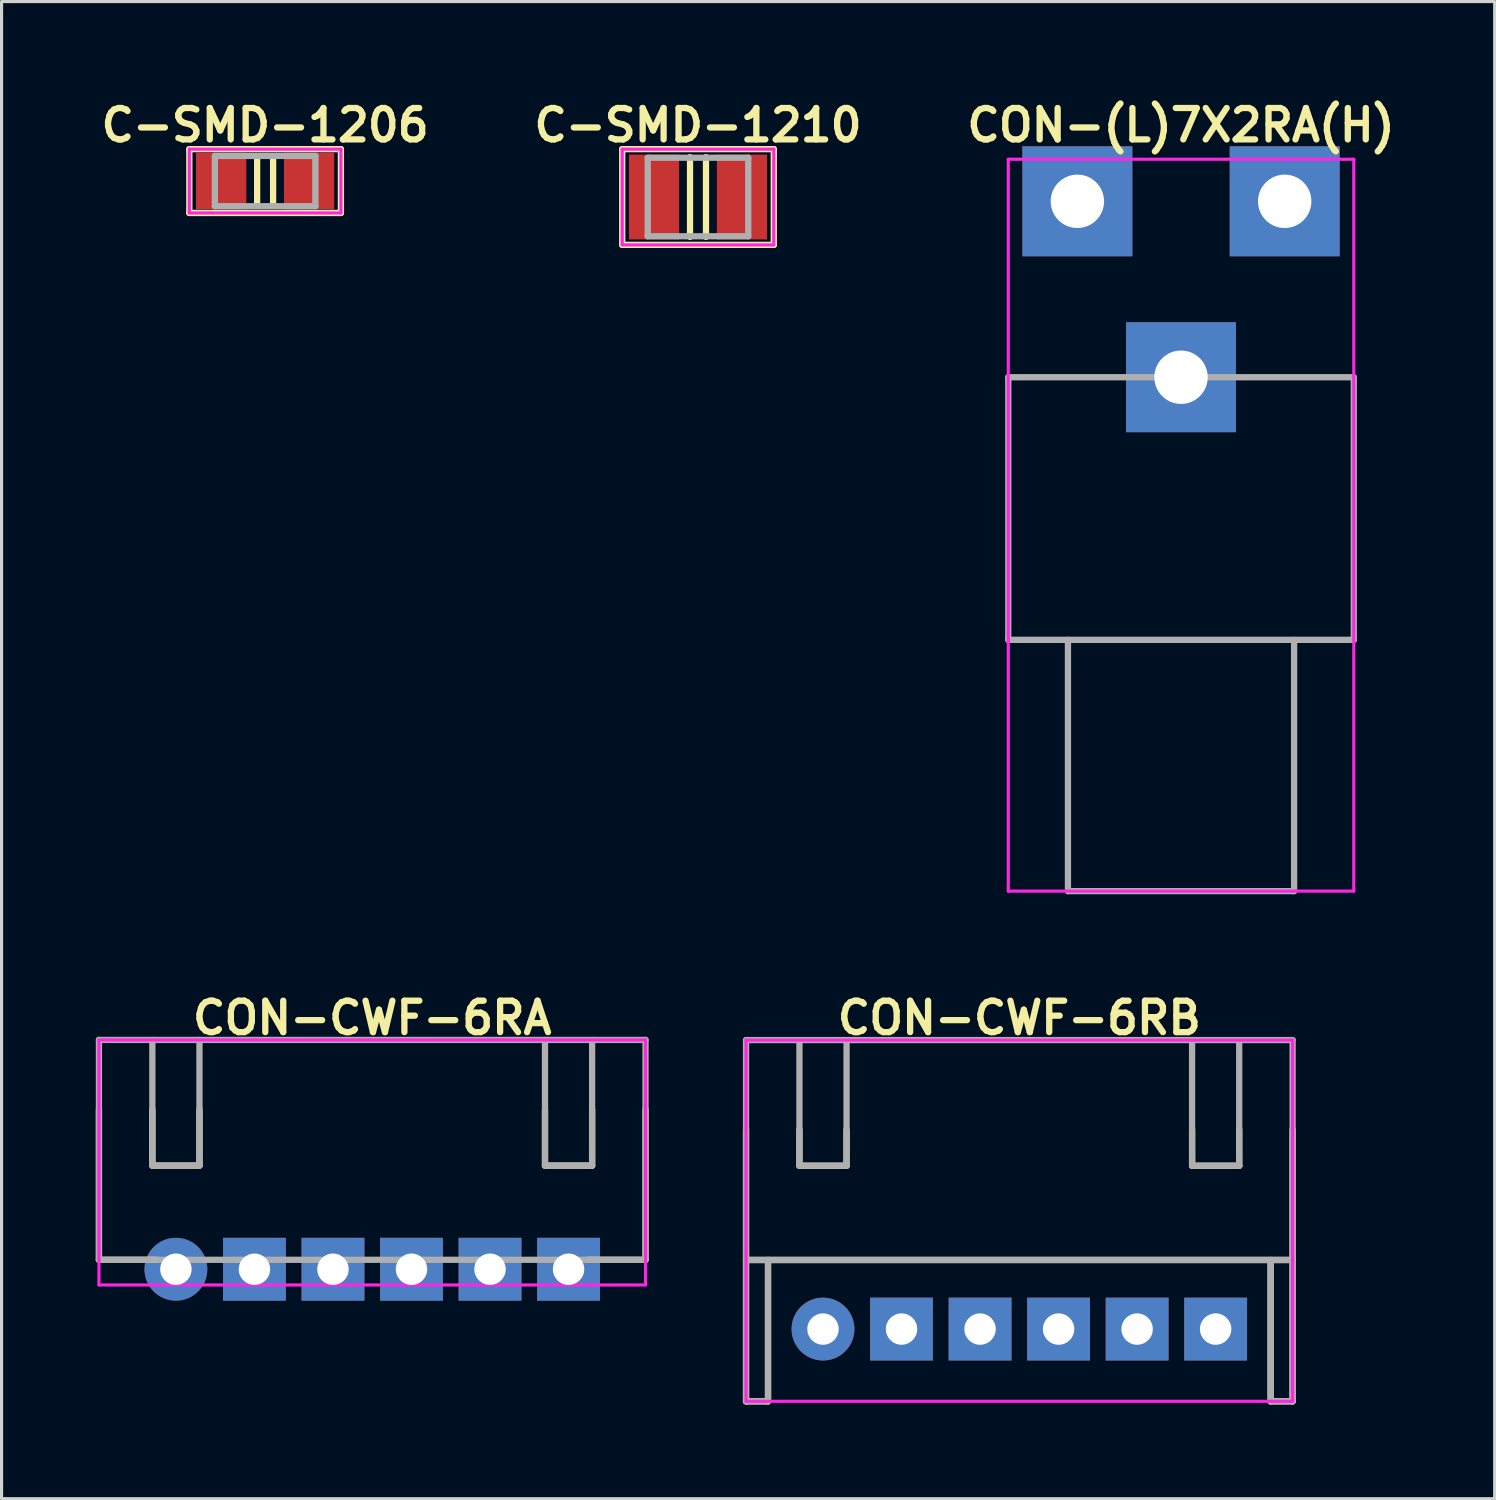
<source format=kicad_pcb>
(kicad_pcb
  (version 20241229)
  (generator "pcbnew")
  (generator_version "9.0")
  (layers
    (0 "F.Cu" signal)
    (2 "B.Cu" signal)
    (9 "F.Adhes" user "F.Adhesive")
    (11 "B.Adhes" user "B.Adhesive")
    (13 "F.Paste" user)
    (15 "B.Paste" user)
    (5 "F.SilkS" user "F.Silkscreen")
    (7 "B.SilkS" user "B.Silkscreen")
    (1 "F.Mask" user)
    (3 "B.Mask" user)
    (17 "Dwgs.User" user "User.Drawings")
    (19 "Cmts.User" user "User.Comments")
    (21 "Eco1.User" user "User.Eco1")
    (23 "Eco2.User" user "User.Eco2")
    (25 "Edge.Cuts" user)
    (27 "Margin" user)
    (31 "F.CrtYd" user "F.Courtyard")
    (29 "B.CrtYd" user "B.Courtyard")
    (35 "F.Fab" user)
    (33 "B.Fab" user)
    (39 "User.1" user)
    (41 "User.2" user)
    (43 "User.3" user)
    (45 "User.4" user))
  (footprint "C-SMD-1206"
    (layer "F.Cu")
    (at 5.39 2.714)
    (property "Reference" "C-SMD-1206" (at 0 -1.778 0) (layer "F.SilkS") (effects (font (size 1 1) (thickness 0.2))))
    (attr through_hole)
    (fp_line (start -2.413 -1.016) (end -2.413 1.016) (stroke (width 0.2) (type solid)) (layer "F.SilkS"))
    (fp_line (start -2.413 -1.016) (end 2.413 -1.016) (stroke (width 0.2) (type solid)) (layer "F.SilkS"))
    (fp_line (start -2.413 1.016) (end 2.413 1.016) (stroke (width 0.2) (type solid)) (layer "F.SilkS"))
    (fp_line (start -0.254 -0.762) (end -0.254 0.762) (stroke (width 0.2) (type solid)) (layer "F.SilkS"))
    (fp_line (start 0.254 -0.762) (end 0.254 0.762) (stroke (width 0.2) (type solid)) (layer "F.SilkS"))
    (fp_line (start 2.413 -1.016) (end 2.413 1.016) (stroke (width 0.2) (type solid)) (layer "F.SilkS"))
    (fp_line (start -2.413 -1.016) (end 2.413 -1.016) (stroke (width 0.1) (type solid)) (layer "F.CrtYd"))
    (fp_line (start -2.413 1.016) (end -2.413 -1.016) (stroke (width 0.1) (type solid)) (layer "F.CrtYd"))
    (fp_line (start 2.413 -1.016) (end 2.413 1.016) (stroke (width 0.1) (type solid)) (layer "F.CrtYd"))
    (fp_line (start 2.413 1.016) (end -2.413 1.016) (stroke (width 0.1) (type solid)) (layer "F.CrtYd"))
    (fp_line (start -1.6 -0.8) (end -1.6 0.8) (stroke (width 0.2) (type solid)) (layer "F.Fab"))
    (fp_line (start -1.6 -0.8) (end 1.6 -0.8) (stroke (width 0.2) (type solid)) (layer "F.Fab"))
    (fp_line (start -1.6 0.8) (end 1.6 0.8) (stroke (width 0.2) (type solid)) (layer "F.Fab"))
    (fp_line (start 1.6 -0.8) (end 1.6 0.8) (stroke (width 0.2) (type solid)) (layer "F.Fab"))
    (pad "1" smd rect (at -1.4 0) (size 1.6 1.8) (layers "F.Cu" "F.Mask"))
    (pad "2" smd rect (at 1.4 0) (size 1.6 1.8) (layers "F.Cu" "F.Mask")))
  (footprint "CON-CWF-6RB"
    (layer "F.Cu")
    (at 29.4 39.261)
    (property "Reference" "CON-CWF-6RB" (at 0 -9.906 0) (layer "F.SilkS") (effects (font (size 1 1) (thickness 0.2))))
    (attr through_hole)
    (fp_line (start -8.7 -6.35) (end -8.7 2.3) (stroke (width 0.2) (type solid)) (layer "F.SilkS"))
    (fp_line (start -8.7 -2.2) (end 8.7 -2.2) (stroke (width 0.2) (type solid)) (layer "F.SilkS"))
    (fp_line (start -8.7 2.3) (end -8 2.3) (stroke (width 0.2) (type solid)) (layer "F.SilkS"))
    (fp_line (start -8 -2.2) (end -8 2.3) (stroke (width 0.2) (type solid)) (layer "F.SilkS"))
    (fp_line (start -7 -6.35) (end -7 -5.2) (stroke (width 0.2) (type solid)) (layer "F.SilkS"))
    (fp_line (start -7 -5.2) (end -5.5 -5.2) (stroke (width 0.2) (type solid)) (layer "F.SilkS"))
    (fp_line (start -5.5 -6.35) (end -5.5 -5.2) (stroke (width 0.2) (type solid)) (layer "F.SilkS"))
    (fp_line (start 5.5 -6.35) (end 5.5 -5.2) (stroke (width 0.2) (type solid)) (layer "F.SilkS"))
    (fp_line (start 5.5 -5.2) (end 7 -5.2) (stroke (width 0.2) (type solid)) (layer "F.SilkS"))
    (fp_line (start 7 -6.35) (end 7 -5.2) (stroke (width 0.2) (type solid)) (layer "F.SilkS"))
    (fp_line (start 8 -2.2) (end 8 2.3) (stroke (width 0.2) (type solid)) (layer "F.SilkS"))
    (fp_line (start 8 2.3) (end 8.7 2.3) (stroke (width 0.2) (type solid)) (layer "F.SilkS"))
    (fp_line (start 8.7 -6.35) (end 8.7 2.3) (stroke (width 0.2) (type solid)) (layer "F.SilkS"))
    (fp_line (start -8.7 -9.2) (end -8.7 2.3) (stroke (width 0.1) (type solid)) (layer "F.CrtYd"))
    (fp_line (start -8.7 -9.2) (end 8.7 -9.2) (stroke (width 0.1) (type solid)) (layer "F.CrtYd"))
    (fp_line (start -8.7 2.3) (end 8.7 2.3) (stroke (width 0.1) (type solid)) (layer "F.CrtYd"))
    (fp_line (start 8.7 -9.2) (end 8.7 2.3) (stroke (width 0.1) (type solid)) (layer "F.CrtYd"))
    (fp_line (start -8.7 -9.2) (end -8.7 2.3) (stroke (width 0.2) (type solid)) (layer "F.Fab"))
    (fp_line (start -8.7 -9.2) (end 8.7 -9.2) (stroke (width 0.2) (type solid)) (layer "F.Fab"))
    (fp_line (start -8.7 -2.2) (end 8.7 -2.2) (stroke (width 0.2) (type solid)) (layer "F.Fab"))
    (fp_line (start -8.7 2.3) (end -8 2.3) (stroke (width 0.2) (type solid)) (layer "F.Fab"))
    (fp_line (start -8 -2.2) (end -8 2.3) (stroke (width 0.2) (type solid)) (layer "F.Fab"))
    (fp_line (start -7 -9.2) (end -7 -5.2) (stroke (width 0.2) (type solid)) (layer "F.Fab"))
    (fp_line (start -7 -5.2) (end -5.5 -5.2) (stroke (width 0.2) (type solid)) (layer "F.Fab"))
    (fp_line (start -5.5 -9.2) (end -5.5 -5.2) (stroke (width 0.2) (type solid)) (layer "F.Fab"))
    (fp_line (start 5.5 -9.2) (end 5.5 -5.2) (stroke (width 0.2) (type solid)) (layer "F.Fab"))
    (fp_line (start 5.5 -5.2) (end 7 -5.2) (stroke (width 0.2) (type solid)) (layer "F.Fab"))
    (fp_line (start 7 -9.2) (end 7 -5.2) (stroke (width 0.2) (type solid)) (layer "F.Fab"))
    (fp_line (start 8 -2.2) (end 8 2.3) (stroke (width 0.2) (type solid)) (layer "F.Fab"))
    (fp_line (start 8 2.3) (end 8.7 2.3) (stroke (width 0.2) (type solid)) (layer "F.Fab"))
    (fp_line (start 8.7 -9.2) (end 8.7 2.3) (stroke (width 0.2) (type solid)) (layer "F.Fab"))
    (pad "1" thru_hole circle (at -6.25 0) (size 2 2) (drill 1) (layers "B.Cu" "B.Mask"))
    (pad "2" thru_hole rect (at -3.75 0) (size 2 2) (drill 1) (layers "B.Cu" "B.Mask"))
    (pad "3" thru_hole rect (at -1.25 0) (size 2 2) (drill 1) (layers "B.Cu" "B.Mask"))
    (pad "4" thru_hole rect (at 1.25 0) (size 2 2) (drill 1) (layers "B.Cu" "B.Mask"))
    (pad "5" thru_hole rect (at 3.75 0) (size 2 2) (drill 1) (layers "B.Cu" "B.Mask"))
    (pad "6" thru_hole rect (at 6.25 0) (size 2 2) (drill 1) (layers "B.Cu" "B.Mask")))
  (footprint "CON-CWF-6RA"
    (layer "F.Cu")
    (at 8.8 37.356)
    (property "Reference" "CON-CWF-6RA" (at 0 -8.001 0) (layer "F.SilkS") (effects (font (size 1 1) (thickness 0.2))))
    (attr through_hole)
    (fp_line (start -8.7 -5.08) (end -8.7 -0.3) (stroke (width 0.2) (type solid)) (layer "F.SilkS"))
    (fp_line (start -8.7 -0.3) (end -6.858 -0.3) (stroke (width 0.2) (type solid)) (layer "F.SilkS"))
    (fp_line (start -7 -5.08) (end -7 -3.3) (stroke (width 0.2) (type solid)) (layer "F.SilkS"))
    (fp_line (start -7 -3.3) (end -5.5 -3.3) (stroke (width 0.2) (type solid)) (layer "F.SilkS"))
    (fp_line (start -5.5 -5.08) (end -5.5 -3.3) (stroke (width 0.2) (type solid)) (layer "F.SilkS"))
    (fp_line (start 5.5 -5.08) (end 5.5 -3.3) (stroke (width 0.2) (type solid)) (layer "F.SilkS"))
    (fp_line (start 5.5 -3.3) (end 7 -3.3) (stroke (width 0.2) (type solid)) (layer "F.SilkS"))
    (fp_line (start 6.858 -0.3) (end 8.7 -0.3) (stroke (width 0.2) (type solid)) (layer "F.SilkS"))
    (fp_line (start 7 -5.08) (end 7 -3.3) (stroke (width 0.2) (type solid)) (layer "F.SilkS"))
    (fp_line (start 8.7 -5.08) (end 8.7 -0.3) (stroke (width 0.2) (type solid)) (layer "F.SilkS"))
    (fp_line (start -8.7 -7.3) (end -8.7 0.5) (stroke (width 0.1) (type solid)) (layer "F.CrtYd"))
    (fp_line (start -8.7 -7.3) (end 8.7 -7.3) (stroke (width 0.1) (type solid)) (layer "F.CrtYd"))
    (fp_line (start -8.7 0.5) (end 8.7 0.5) (stroke (width 0.1) (type solid)) (layer "F.CrtYd"))
    (fp_line (start 8.7 -7.3) (end 8.7 0.5) (stroke (width 0.1) (type solid)) (layer "F.CrtYd"))
    (fp_line (start -8.7 -7.3) (end -8.7 -0.3) (stroke (width 0.2) (type solid)) (layer "F.Fab"))
    (fp_line (start -8.7 -7.3) (end 8.7 -7.3) (stroke (width 0.2) (type solid)) (layer "F.Fab"))
    (fp_line (start -8.7 -0.3) (end 8.7 -0.3) (stroke (width 0.2) (type solid)) (layer "F.Fab"))
    (fp_line (start -7 -7.3) (end -7 -3.3) (stroke (width 0.2) (type solid)) (layer "F.Fab"))
    (fp_line (start -7 -3.3) (end -5.5 -3.3) (stroke (width 0.2) (type solid)) (layer "F.Fab"))
    (fp_line (start -5.5 -7.3) (end -5.5 -3.3) (stroke (width 0.2) (type solid)) (layer "F.Fab"))
    (fp_line (start 5.5 -7.3) (end 5.5 -3.3) (stroke (width 0.2) (type solid)) (layer "F.Fab"))
    (fp_line (start 5.5 -3.3) (end 7 -3.3) (stroke (width 0.2) (type solid)) (layer "F.Fab"))
    (fp_line (start 7 -7.3) (end 7 -3.3) (stroke (width 0.2) (type solid)) (layer "F.Fab"))
    (fp_line (start 8.7 -7.3) (end 8.7 -0.3) (stroke (width 0.2) (type solid)) (layer "F.Fab"))
    (pad "1" thru_hole circle (at -6.25 0) (size 2 2) (drill 1) (layers "B.Cu" "B.Mask"))
    (pad "2" thru_hole rect (at -3.75 0) (size 2 2) (drill 1) (layers "B.Cu" "B.Mask"))
    (pad "3" thru_hole rect (at -1.25 0) (size 2 2) (drill 1) (layers "B.Cu" "B.Mask"))
    (pad "4" thru_hole rect (at 1.25 0) (size 2 2) (drill 1) (layers "B.Cu" "B.Mask"))
    (pad "5" thru_hole rect (at 3.75 0) (size 2 2) (drill 1) (layers "B.Cu" "B.Mask"))
    (pad "6" thru_hole rect (at 6.25 0) (size 2 2) (drill 1) (layers "B.Cu" "B.Mask")))
  (footprint "C-SMD-1210"
    (layer "F.Cu")
    (at 19.171 3.222)
    (property "Reference" "C-SMD-1210" (at 0 -2.286 0) (layer "F.SilkS") (effects (font (size 1 1) (thickness 0.2))))
    (attr through_hole)
    (fp_line (start -2.413 -1.524) (end -2.413 1.524) (stroke (width 0.2) (type solid)) (layer "F.SilkS"))
    (fp_line (start -2.413 -1.524) (end 2.413 -1.524) (stroke (width 0.2) (type solid)) (layer "F.SilkS"))
    (fp_line (start -2.413 1.524) (end 2.413 1.524) (stroke (width 0.2) (type solid)) (layer "F.SilkS"))
    (fp_line (start -0.254 -1.27) (end -0.254 1.27) (stroke (width 0.2) (type solid)) (layer "F.SilkS"))
    (fp_line (start 0.254 -1.27) (end 0.254 1.27) (stroke (width 0.2) (type solid)) (layer "F.SilkS"))
    (fp_line (start 2.413 -1.524) (end 2.413 1.524) (stroke (width 0.2) (type solid)) (layer "F.SilkS"))
    (fp_line (start -2.413 -1.524) (end 2.413 -1.524) (stroke (width 0.1) (type solid)) (layer "F.CrtYd"))
    (fp_line (start -2.413 1.524) (end -2.413 -1.524) (stroke (width 0.1) (type solid)) (layer "F.CrtYd"))
    (fp_line (start 2.413 -1.524) (end 2.413 1.524) (stroke (width 0.1) (type solid)) (layer "F.CrtYd"))
    (fp_line (start 2.413 1.524) (end -2.413 1.524) (stroke (width 0.1) (type solid)) (layer "F.CrtYd"))
    (fp_line (start -1.6 -1.25) (end -1.6 1.25) (stroke (width 0.2) (type solid)) (layer "F.Fab"))
    (fp_line (start -1.6 -1.25) (end 1.6 -1.25) (stroke (width 0.2) (type solid)) (layer "F.Fab"))
    (fp_line (start -1.6 1.25) (end 1.6 1.25) (stroke (width 0.2) (type solid)) (layer "F.Fab"))
    (fp_line (start 1.6 -1.25) (end 1.6 1.25) (stroke (width 0.2) (type solid)) (layer "F.Fab"))
    (pad "1" smd rect (at -1.4 0) (size 1.6 2.7) (layers "F.Cu" "F.Mask"))
    (pad "2" smd rect (at 1.4 0) (size 1.6 2.7) (layers "F.Cu" "F.Mask")))
  (footprint "CON-(L)7X2RA(H)"
    (layer "F.Cu")
    (at 34.548 17.319)
    (property "Reference" "CON-(L)7X2RA(H)" (at 0 -16.383 0) (layer "F.SilkS") (effects (font (size 1 1) (thickness 0.2))))
    (attr through_hole)
    (fp_line (start -5.5 -15.3) (end -5.5 8) (stroke (width 0.1) (type solid)) (layer "F.CrtYd"))
    (fp_line (start -5.5 -15.3) (end 5.5 -15.3) (stroke (width 0.1) (type solid)) (layer "F.CrtYd"))
    (fp_line (start -5.5 8) (end 5.5 8) (stroke (width 0.1) (type solid)) (layer "F.CrtYd"))
    (fp_line (start 5.5 -15.3) (end 5.5 8) (stroke (width 0.1) (type solid)) (layer "F.CrtYd"))
    (fp_line (start -5.5 -8.36) (end -5.5 0) (stroke (width 0.2) (type solid)) (layer "F.Fab"))
    (fp_line (start -5.5 -8.36) (end 5.5 -8.36) (stroke (width 0.2) (type solid)) (layer "F.Fab"))
    (fp_line (start -5.5 0) (end 5.5 0) (stroke (width 0.2) (type solid)) (layer "F.Fab"))
    (fp_line (start -3.6 0) (end -3.6 8) (stroke (width 0.2) (type solid)) (layer "F.Fab"))
    (fp_line (start -3.6 8) (end 3.6 8) (stroke (width 0.2) (type solid)) (layer "F.Fab"))
    (fp_line (start 3.6 0) (end 3.6 8) (stroke (width 0.2) (type solid)) (layer "F.Fab"))
    (fp_line (start 5.5 -8.36) (end 5.5 0) (stroke (width 0.2) (type solid)) (layer "F.Fab"))
    (pad "C" thru_hole rect (at -3.3 -13.96) (size 3.5 3.5) (drill 1.7) (layers "*.Cu" "*.Mask"))
    (pad "S" thru_hole rect (at 0 -8.36) (size 3.5 3.5) (drill 1.7) (layers "*.Cu" "*.Mask"))
    (pad "SN" thru_hole rect (at 3.3 -13.96) (size 3.5 3.5) (drill 1.7) (layers "*.Cu" "*.Mask")))
  (gr_rect
    (start -3 -3)
    (end 44.533 44.661)
    (stroke (width 0.1) (type default))
    (fill no)
    (layer "Edge.Cuts")))
</source>
